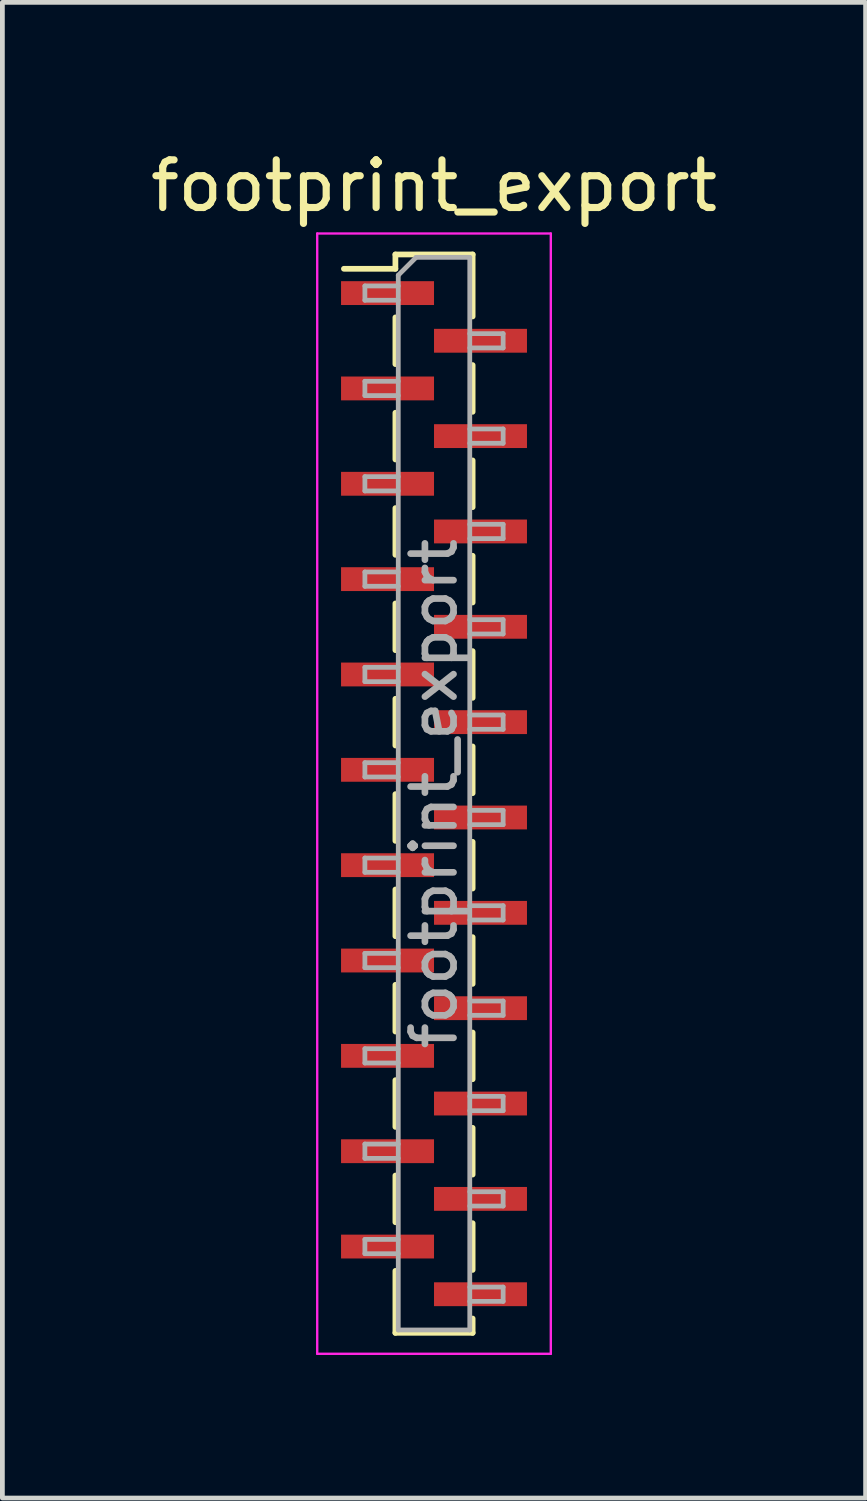
<source format=kicad_pcb>
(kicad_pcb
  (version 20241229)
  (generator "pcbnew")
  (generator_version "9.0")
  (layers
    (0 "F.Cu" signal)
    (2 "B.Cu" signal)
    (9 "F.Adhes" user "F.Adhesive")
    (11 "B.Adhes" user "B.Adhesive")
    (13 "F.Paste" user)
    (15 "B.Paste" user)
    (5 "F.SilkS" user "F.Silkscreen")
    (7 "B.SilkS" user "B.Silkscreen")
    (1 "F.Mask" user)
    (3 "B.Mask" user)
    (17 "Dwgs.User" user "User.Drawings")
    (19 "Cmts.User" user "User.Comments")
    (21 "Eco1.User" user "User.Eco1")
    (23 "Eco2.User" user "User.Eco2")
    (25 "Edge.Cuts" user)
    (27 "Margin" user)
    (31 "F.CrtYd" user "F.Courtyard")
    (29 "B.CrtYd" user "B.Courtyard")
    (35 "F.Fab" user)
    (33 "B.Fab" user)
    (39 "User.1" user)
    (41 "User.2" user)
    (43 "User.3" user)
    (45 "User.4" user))
  (footprint "footprint_export"
    (layer "F.Cu")
    (at 6.054 13.598)
    (property "Reference" "footprint_export" (at 0 -12.75 0) (layer "F.SilkS") (effects (font (size 1 1) (thickness 0.15))))
    (attr smd)
    (fp_line (start -1.89 -11.01) (end -0.81 -11.01) (stroke (width 0.12) (type solid)) (layer "F.SilkS"))
    (fp_line (start -0.81 -11.31) (end -0.81 -11.01) (stroke (width 0.12) (type solid)) (layer "F.SilkS"))
    (fp_line (start -0.81 -11.31) (end 0.81 -11.31) (stroke (width 0.12) (type solid)) (layer "F.SilkS"))
    (fp_line (start -0.81 -9.99) (end -0.81 -9.01) (stroke (width 0.12) (type solid)) (layer "F.SilkS"))
    (fp_line (start -0.81 -7.99) (end -0.81 -7.01) (stroke (width 0.12) (type solid)) (layer "F.SilkS"))
    (fp_line (start -0.81 -5.99) (end -0.81 -5.01) (stroke (width 0.12) (type solid)) (layer "F.SilkS"))
    (fp_line (start -0.81 -3.99) (end -0.81 -3.01) (stroke (width 0.12) (type solid)) (layer "F.SilkS"))
    (fp_line (start -0.81 -1.99) (end -0.81 -1.01) (stroke (width 0.12) (type solid)) (layer "F.SilkS"))
    (fp_line (start -0.81 0.01) (end -0.81 0.99) (stroke (width 0.12) (type solid)) (layer "F.SilkS"))
    (fp_line (start -0.81 2.01) (end -0.81 2.99) (stroke (width 0.12) (type solid)) (layer "F.SilkS"))
    (fp_line (start -0.81 4.01) (end -0.81 4.99) (stroke (width 0.12) (type solid)) (layer "F.SilkS"))
    (fp_line (start -0.81 6.01) (end -0.81 6.99) (stroke (width 0.12) (type solid)) (layer "F.SilkS"))
    (fp_line (start -0.81 8.01) (end -0.81 8.99) (stroke (width 0.12) (type solid)) (layer "F.SilkS"))
    (fp_line (start -0.81 10.01) (end -0.81 11.31) (stroke (width 0.12) (type solid)) (layer "F.SilkS"))
    (fp_line (start -0.81 11.31) (end 0.81 11.31) (stroke (width 0.12) (type solid)) (layer "F.SilkS"))
    (fp_line (start 0.81 -11.31) (end 0.81 -10.01) (stroke (width 0.12) (type solid)) (layer "F.SilkS"))
    (fp_line (start 0.81 -8.99) (end 0.81 -8.01) (stroke (width 0.12) (type solid)) (layer "F.SilkS"))
    (fp_line (start 0.81 -6.99) (end 0.81 -6.01) (stroke (width 0.12) (type solid)) (layer "F.SilkS"))
    (fp_line (start 0.81 -4.99) (end 0.81 -4.01) (stroke (width 0.12) (type solid)) (layer "F.SilkS"))
    (fp_line (start 0.81 -2.99) (end 0.81 -2.01) (stroke (width 0.12) (type solid)) (layer "F.SilkS"))
    (fp_line (start 0.81 -0.99) (end 0.81 -0.01) (stroke (width 0.12) (type solid)) (layer "F.SilkS"))
    (fp_line (start 0.81 1.01) (end 0.81 1.99) (stroke (width 0.12) (type solid)) (layer "F.SilkS"))
    (fp_line (start 0.81 3.01) (end 0.81 3.99) (stroke (width 0.12) (type solid)) (layer "F.SilkS"))
    (fp_line (start 0.81 5.01) (end 0.81 5.99) (stroke (width 0.12) (type solid)) (layer "F.SilkS"))
    (fp_line (start 0.81 7.01) (end 0.81 7.99) (stroke (width 0.12) (type solid)) (layer "F.SilkS"))
    (fp_line (start 0.81 9.01) (end 0.81 9.99) (stroke (width 0.12) (type solid)) (layer "F.SilkS"))
    (fp_line (start 0.81 11.01) (end 0.81 11.31) (stroke (width 0.12) (type solid)) (layer "F.SilkS"))
    (fp_line (start -2.45 -11.75) (end 2.45 -11.75) (stroke (width 0.05) (type solid)) (layer "F.CrtYd"))
    (fp_line (start -2.45 11.75) (end -2.45 -11.75) (stroke (width 0.05) (type solid)) (layer "F.CrtYd"))
    (fp_line (start 2.45 -11.75) (end 2.45 11.75) (stroke (width 0.05) (type solid)) (layer "F.CrtYd"))
    (fp_line (start 2.45 11.75) (end -2.45 11.75) (stroke (width 0.05) (type solid)) (layer "F.CrtYd"))
    (fp_line (start -1.45 -10.65) (end -0.75 -10.65) (stroke (width 0.1) (type solid)) (layer "F.Fab"))
    (fp_line (start -1.45 -10.35) (end -1.45 -10.65) (stroke (width 0.1) (type solid)) (layer "F.Fab"))
    (fp_line (start -1.45 -8.65) (end -0.75 -8.65) (stroke (width 0.1) (type solid)) (layer "F.Fab"))
    (fp_line (start -1.45 -8.35) (end -1.45 -8.65) (stroke (width 0.1) (type solid)) (layer "F.Fab"))
    (fp_line (start -1.45 -6.65) (end -0.75 -6.65) (stroke (width 0.1) (type solid)) (layer "F.Fab"))
    (fp_line (start -1.45 -6.35) (end -1.45 -6.65) (stroke (width 0.1) (type solid)) (layer "F.Fab"))
    (fp_line (start -1.45 -4.65) (end -0.75 -4.65) (stroke (width 0.1) (type solid)) (layer "F.Fab"))
    (fp_line (start -1.45 -4.35) (end -1.45 -4.65) (stroke (width 0.1) (type solid)) (layer "F.Fab"))
    (fp_line (start -1.45 -2.65) (end -0.75 -2.65) (stroke (width 0.1) (type solid)) (layer "F.Fab"))
    (fp_line (start -1.45 -2.35) (end -1.45 -2.65) (stroke (width 0.1) (type solid)) (layer "F.Fab"))
    (fp_line (start -1.45 -0.65) (end -0.75 -0.65) (stroke (width 0.1) (type solid)) (layer "F.Fab"))
    (fp_line (start -1.45 -0.35) (end -1.45 -0.65) (stroke (width 0.1) (type solid)) (layer "F.Fab"))
    (fp_line (start -1.45 1.35) (end -0.75 1.35) (stroke (width 0.1) (type solid)) (layer "F.Fab"))
    (fp_line (start -1.45 1.65) (end -1.45 1.35) (stroke (width 0.1) (type solid)) (layer "F.Fab"))
    (fp_line (start -1.45 3.35) (end -0.75 3.35) (stroke (width 0.1) (type solid)) (layer "F.Fab"))
    (fp_line (start -1.45 3.65) (end -1.45 3.35) (stroke (width 0.1) (type solid)) (layer "F.Fab"))
    (fp_line (start -1.45 5.35) (end -0.75 5.35) (stroke (width 0.1) (type solid)) (layer "F.Fab"))
    (fp_line (start -1.45 5.65) (end -1.45 5.35) (stroke (width 0.1) (type solid)) (layer "F.Fab"))
    (fp_line (start -1.45 7.35) (end -0.75 7.35) (stroke (width 0.1) (type solid)) (layer "F.Fab"))
    (fp_line (start -1.45 7.65) (end -1.45 7.35) (stroke (width 0.1) (type solid)) (layer "F.Fab"))
    (fp_line (start -1.45 9.35) (end -0.75 9.35) (stroke (width 0.1) (type solid)) (layer "F.Fab"))
    (fp_line (start -1.45 9.65) (end -1.45 9.35) (stroke (width 0.1) (type solid)) (layer "F.Fab"))
    (fp_line (start -0.75 -10.875) (end -0.375 -11.25) (stroke (width 0.1) (type solid)) (layer "F.Fab"))
    (fp_line (start -0.75 -10.35) (end -1.45 -10.35) (stroke (width 0.1) (type solid)) (layer "F.Fab"))
    (fp_line (start -0.75 -8.35) (end -1.45 -8.35) (stroke (width 0.1) (type solid)) (layer "F.Fab"))
    (fp_line (start -0.75 -6.35) (end -1.45 -6.35) (stroke (width 0.1) (type solid)) (layer "F.Fab"))
    (fp_line (start -0.75 -4.35) (end -1.45 -4.35) (stroke (width 0.1) (type solid)) (layer "F.Fab"))
    (fp_line (start -0.75 -2.35) (end -1.45 -2.35) (stroke (width 0.1) (type solid)) (layer "F.Fab"))
    (fp_line (start -0.75 -0.35) (end -1.45 -0.35) (stroke (width 0.1) (type solid)) (layer "F.Fab"))
    (fp_line (start -0.75 1.65) (end -1.45 1.65) (stroke (width 0.1) (type solid)) (layer "F.Fab"))
    (fp_line (start -0.75 3.65) (end -1.45 3.65) (stroke (width 0.1) (type solid)) (layer "F.Fab"))
    (fp_line (start -0.75 5.65) (end -1.45 5.65) (stroke (width 0.1) (type solid)) (layer "F.Fab"))
    (fp_line (start -0.75 7.65) (end -1.45 7.65) (stroke (width 0.1) (type solid)) (layer "F.Fab"))
    (fp_line (start -0.75 9.65) (end -1.45 9.65) (stroke (width 0.1) (type solid)) (layer "F.Fab"))
    (fp_line (start -0.75 11.25) (end -0.75 -10.875) (stroke (width 0.1) (type solid)) (layer "F.Fab"))
    (fp_line (start -0.375 -11.25) (end 0.75 -11.25) (stroke (width 0.1) (type solid)) (layer "F.Fab"))
    (fp_line (start 0.75 -11.25) (end 0.75 11.25) (stroke (width 0.1) (type solid)) (layer "F.Fab"))
    (fp_line (start 0.75 -9.65) (end 1.45 -9.65) (stroke (width 0.1) (type solid)) (layer "F.Fab"))
    (fp_line (start 0.75 -7.65) (end 1.45 -7.65) (stroke (width 0.1) (type solid)) (layer "F.Fab"))
    (fp_line (start 0.75 -5.65) (end 1.45 -5.65) (stroke (width 0.1) (type solid)) (layer "F.Fab"))
    (fp_line (start 0.75 -3.65) (end 1.45 -3.65) (stroke (width 0.1) (type solid)) (layer "F.Fab"))
    (fp_line (start 0.75 -1.65) (end 1.45 -1.65) (stroke (width 0.1) (type solid)) (layer "F.Fab"))
    (fp_line (start 0.75 0.35) (end 1.45 0.35) (stroke (width 0.1) (type solid)) (layer "F.Fab"))
    (fp_line (start 0.75 2.35) (end 1.45 2.35) (stroke (width 0.1) (type solid)) (layer "F.Fab"))
    (fp_line (start 0.75 4.35) (end 1.45 4.35) (stroke (width 0.1) (type solid)) (layer "F.Fab"))
    (fp_line (start 0.75 6.35) (end 1.45 6.35) (stroke (width 0.1) (type solid)) (layer "F.Fab"))
    (fp_line (start 0.75 8.35) (end 1.45 8.35) (stroke (width 0.1) (type solid)) (layer "F.Fab"))
    (fp_line (start 0.75 10.35) (end 1.45 10.35) (stroke (width 0.1) (type solid)) (layer "F.Fab"))
    (fp_line (start 0.75 11.25) (end -0.75 11.25) (stroke (width 0.1) (type solid)) (layer "F.Fab"))
    (fp_line (start 1.45 -9.65) (end 1.45 -9.35) (stroke (width 0.1) (type solid)) (layer "F.Fab"))
    (fp_line (start 1.45 -9.35) (end 0.75 -9.35) (stroke (width 0.1) (type solid)) (layer "F.Fab"))
    (fp_line (start 1.45 -7.65) (end 1.45 -7.35) (stroke (width 0.1) (type solid)) (layer "F.Fab"))
    (fp_line (start 1.45 -7.35) (end 0.75 -7.35) (stroke (width 0.1) (type solid)) (layer "F.Fab"))
    (fp_line (start 1.45 -5.65) (end 1.45 -5.35) (stroke (width 0.1) (type solid)) (layer "F.Fab"))
    (fp_line (start 1.45 -5.35) (end 0.75 -5.35) (stroke (width 0.1) (type solid)) (layer "F.Fab"))
    (fp_line (start 1.45 -3.65) (end 1.45 -3.35) (stroke (width 0.1) (type solid)) (layer "F.Fab"))
    (fp_line (start 1.45 -3.35) (end 0.75 -3.35) (stroke (width 0.1) (type solid)) (layer "F.Fab"))
    (fp_line (start 1.45 -1.65) (end 1.45 -1.35) (stroke (width 0.1) (type solid)) (layer "F.Fab"))
    (fp_line (start 1.45 -1.35) (end 0.75 -1.35) (stroke (width 0.1) (type solid)) (layer "F.Fab"))
    (fp_line (start 1.45 0.35) (end 1.45 0.65) (stroke (width 0.1) (type solid)) (layer "F.Fab"))
    (fp_line (start 1.45 0.65) (end 0.75 0.65) (stroke (width 0.1) (type solid)) (layer "F.Fab"))
    (fp_line (start 1.45 2.35) (end 1.45 2.65) (stroke (width 0.1) (type solid)) (layer "F.Fab"))
    (fp_line (start 1.45 2.65) (end 0.75 2.65) (stroke (width 0.1) (type solid)) (layer "F.Fab"))
    (fp_line (start 1.45 4.35) (end 1.45 4.65) (stroke (width 0.1) (type solid)) (layer "F.Fab"))
    (fp_line (start 1.45 4.65) (end 0.75 4.65) (stroke (width 0.1) (type solid)) (layer "F.Fab"))
    (fp_line (start 1.45 6.35) (end 1.45 6.65) (stroke (width 0.1) (type solid)) (layer "F.Fab"))
    (fp_line (start 1.45 6.65) (end 0.75 6.65) (stroke (width 0.1) (type solid)) (layer "F.Fab"))
    (fp_line (start 1.45 8.35) (end 1.45 8.65) (stroke (width 0.1) (type solid)) (layer "F.Fab"))
    (fp_line (start 1.45 8.65) (end 0.75 8.65) (stroke (width 0.1) (type solid)) (layer "F.Fab"))
    (fp_line (start 1.45 10.35) (end 1.45 10.65) (stroke (width 0.1) (type solid)) (layer "F.Fab"))
    (fp_line (start 1.45 10.65) (end 0.75 10.65) (stroke (width 0.1) (type solid)) (layer "F.Fab"))
    (fp_text user "${REFERENCE}" (at 0 0 90) (layer "F.Fab") (effects (font (size 0.9 0.9) (thickness 0.14))))
    (pad "1" smd rect (at -0.975 -10.5) (size 1.95 0.5) (layers "F.Cu" "F.Mask" "F.Paste"))
    (pad "2" smd rect (at 0.975 -9.5) (size 1.95 0.5) (layers "F.Cu" "F.Mask" "F.Paste"))
    (pad "3" smd rect (at -0.975 -8.5) (size 1.95 0.5) (layers "F.Cu" "F.Mask" "F.Paste"))
    (pad "4" smd rect (at 0.975 -7.5) (size 1.95 0.5) (layers "F.Cu" "F.Mask" "F.Paste"))
    (pad "5" smd rect (at -0.975 -6.5) (size 1.95 0.5) (layers "F.Cu" "F.Mask" "F.Paste"))
    (pad "6" smd rect (at 0.975 -5.5) (size 1.95 0.5) (layers "F.Cu" "F.Mask" "F.Paste"))
    (pad "7" smd rect (at -0.975 -4.5) (size 1.95 0.5) (layers "F.Cu" "F.Mask" "F.Paste"))
    (pad "8" smd rect (at 0.975 -3.5) (size 1.95 0.5) (layers "F.Cu" "F.Mask" "F.Paste"))
    (pad "9" smd rect (at -0.975 -2.5) (size 1.95 0.5) (layers "F.Cu" "F.Mask" "F.Paste"))
    (pad "10" smd rect (at 0.975 -1.5) (size 1.95 0.5) (layers "F.Cu" "F.Mask" "F.Paste"))
    (pad "11" smd rect (at -0.975 -0.5) (size 1.95 0.5) (layers "F.Cu" "F.Mask" "F.Paste"))
    (pad "12" smd rect (at 0.975 0.5) (size 1.95 0.5) (layers "F.Cu" "F.Mask" "F.Paste"))
    (pad "13" smd rect (at -0.975 1.5) (size 1.95 0.5) (layers "F.Cu" "F.Mask" "F.Paste"))
    (pad "14" smd rect (at 0.975 2.5) (size 1.95 0.5) (layers "F.Cu" "F.Mask" "F.Paste"))
    (pad "15" smd rect (at -0.975 3.5) (size 1.95 0.5) (layers "F.Cu" "F.Mask" "F.Paste"))
    (pad "16" smd rect (at 0.975 4.5) (size 1.95 0.5) (layers "F.Cu" "F.Mask" "F.Paste"))
    (pad "17" smd rect (at -0.975 5.5) (size 1.95 0.5) (layers "F.Cu" "F.Mask" "F.Paste"))
    (pad "18" smd rect (at 0.975 6.5) (size 1.95 0.5) (layers "F.Cu" "F.Mask" "F.Paste"))
    (pad "19" smd rect (at -0.975 7.5) (size 1.95 0.5) (layers "F.Cu" "F.Mask" "F.Paste"))
    (pad "20" smd rect (at 0.975 8.5) (size 1.95 0.5) (layers "F.Cu" "F.Mask" "F.Paste"))
    (pad "21" smd rect (at -0.975 9.5) (size 1.95 0.5) (layers "F.Cu" "F.Mask" "F.Paste"))
    (pad "22" smd rect (at 0.975 10.5) (size 1.95 0.5) (layers "F.Cu" "F.Mask" "F.Paste")))
  (gr_rect
    (start -3 -3)
    (end 15.107 28.373)
    (stroke (width 0.1) (type default))
    (fill no)
    (layer "Edge.Cuts")))
</source>
